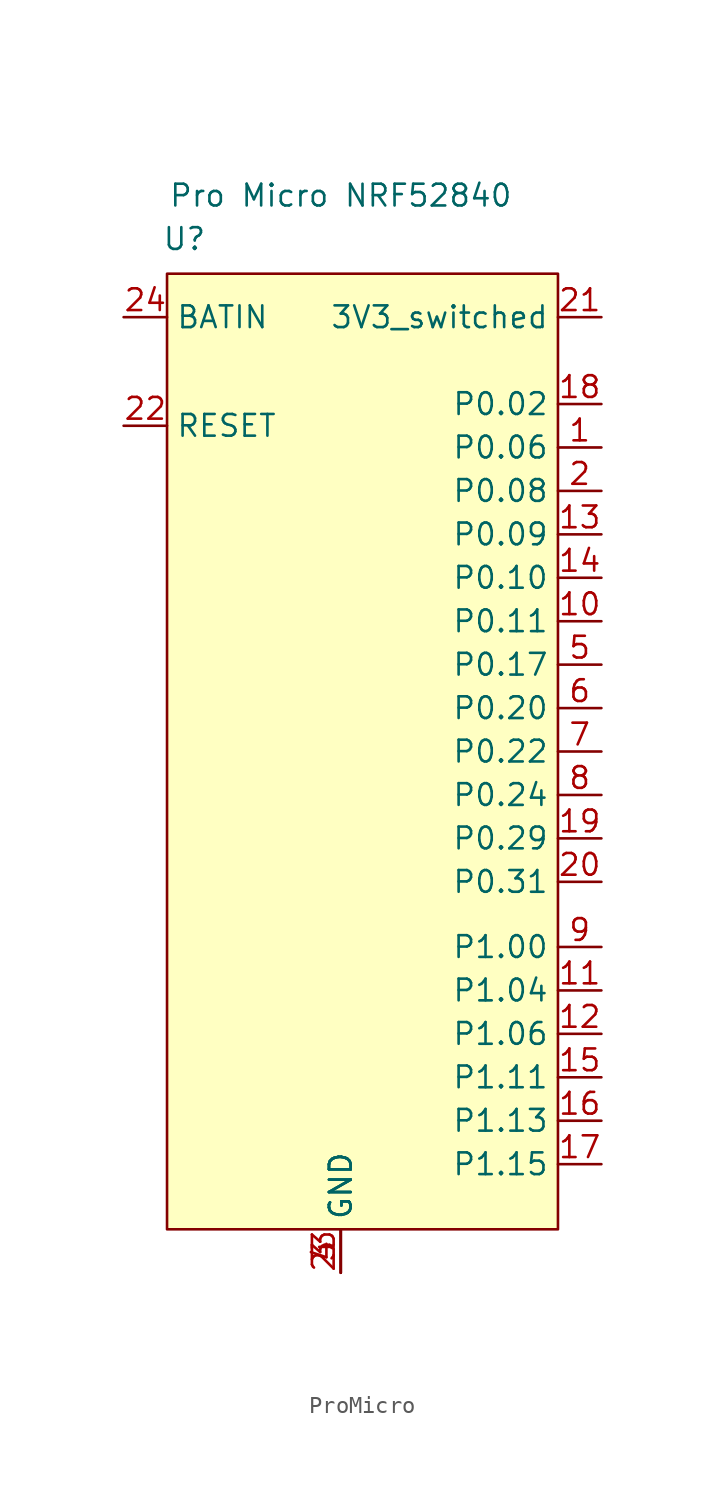
<source format=kicad_sym>
(kicad_symbol_lib
  (version 20231120)
  (generator "kicad_symbol_editor")
  (generator_version "8.0")
  (symbol "ProMicro"
    (property "Reference" "U"
      (at 1.016 2.032 0)
      (effects (font (size 1.27 1.27))))
    (property "Value" "Pro Micro NRF52840"
      (at 10.16 4.572 0)
      (effects (font (size 1.27 1.27))))
    (symbol "ProMicro_1_1"
      (rectangle (start 0 0) (end 22.86 -55.88) (stroke (width 0) (type default)) (fill (type background)))
      (pin bidirectional line (at 25.4 -10.16 180) (length 2.54) (name "P0.06" (effects (font (size 1.27 1.27)))) (number "1" (effects (font (size 1.27 1.27)))))
      (pin bidirectional line (at 25.4 -20.32 180) (length 2.54) (name "P0.11" (effects (font (size 1.27 1.27)))) (number "10" (effects (font (size 1.27 1.27)))))
      (pin bidirectional line (at 25.4 -41.91 180) (length 2.54) (name "P1.04" (effects (font (size 1.27 1.27)))) (number "11" (effects (font (size 1.27 1.27)))))
      (pin bidirectional line (at 25.4 -44.45 180) (length 2.54) (name "P1.06" (effects (font (size 1.27 1.27)))) (number "12" (effects (font (size 1.27 1.27)))))
      (pin bidirectional line (at 25.4 -15.24 180) (length 2.54) (name "P0.09" (effects (font (size 1.27 1.27)))) (number "13" (effects (font (size 1.27 1.27)))))
      (pin bidirectional line (at 25.4 -17.78 180) (length 2.54) (name "P0.10" (effects (font (size 1.27 1.27)))) (number "14" (effects (font (size 1.27 1.27)))))
      (pin bidirectional line (at 25.4 -46.99 180) (length 2.54) (name "P1.11" (effects (font (size 1.27 1.27)))) (number "15" (effects (font (size 1.27 1.27)))))
      (pin bidirectional line (at 25.4 -49.53 180) (length 2.54) (name "P1.13" (effects (font (size 1.27 1.27)))) (number "16" (effects (font (size 1.27 1.27)))))
      (pin bidirectional line (at 25.4 -52.07 180) (length 2.54) (name "P1.15" (effects (font (size 1.27 1.27)))) (number "17" (effects (font (size 1.27 1.27)))))
      (pin bidirectional line (at 25.4 -7.62 180) (length 2.54) (name "P0.02" (effects (font (size 1.27 1.27)))) (number "18" (effects (font (size 1.27 1.27)))))
      (pin bidirectional line (at 25.4 -33.02 180) (length 2.54) (name "P0.29" (effects (font (size 1.27 1.27)))) (number "19" (effects (font (size 1.27 1.27)))))
      (pin bidirectional line (at 25.4 -12.7 180) (length 2.54) (name "P0.08" (effects (font (size 1.27 1.27)))) (number "2" (effects (font (size 1.27 1.27)))))
      (pin bidirectional line (at 25.4 -35.56 180) (length 2.54) (name "P0.31" (effects (font (size 1.27 1.27)))) (number "20" (effects (font (size 1.27 1.27)))))
      (pin power_out line (at 25.4 -2.54 180) (length 2.54) (name "3V3_switched" (effects (font (size 1.27 1.27)))) (number "21" (effects (font (size 1.27 1.27)))))
      (pin input line (at -2.54 -8.89 0) (length 2.54) (name "RESET" (effects (font (size 1.27 1.27)))) (number "22" (effects (font (size 1.27 1.27)))))
      (pin passive line (at 10.16 -58.42 90) (length 2.54) (name "GND" (effects (font (size 1.27 1.27)))) (number "23" (effects (font (size 1.27 1.27)))))
      (pin power_in line (at -2.54 -2.54 0) (length 2.54) (name "BATIN" (effects (font (size 1.27 1.27)))) (number "24" (effects (font (size 1.27 1.27)))))
      (pin power_in line (at 10.16 -58.42 90) (length 2.54) (name "GND" (effects (font (size 1.27 1.27)))) (number "3" (effects (font (size 1.27 1.27)))))
      (pin passive line (at 10.16 -58.42 90) (length 2.54) (name "GND" (effects (font (size 1.27 1.27)))) (number "4" (effects (font (size 1.27 1.27)))))
      (pin bidirectional line (at 25.4 -22.86 180) (length 2.54) (name "P0.17" (effects (font (size 1.27 1.27)))) (number "5" (effects (font (size 1.27 1.27)))))
      (pin bidirectional line (at 25.4 -25.4 180) (length 2.54) (name "P0.20" (effects (font (size 1.27 1.27)))) (number "6" (effects (font (size 1.27 1.27)))))
      (pin bidirectional line (at 25.4 -27.94 180) (length 2.54) (name "P0.22" (effects (font (size 1.27 1.27)))) (number "7" (effects (font (size 1.27 1.27)))))
      (pin bidirectional line (at 25.4 -30.48 180) (length 2.54) (name "P0.24" (effects (font (size 1.27 1.27)))) (number "8" (effects (font (size 1.27 1.27)))))
      (pin bidirectional line (at 25.4 -39.37 180) (length 2.54) (name "P1.00" (effects (font (size 1.27 1.27)))) (number "9" (effects (font (size 1.27 1.27))))))))
</source>
